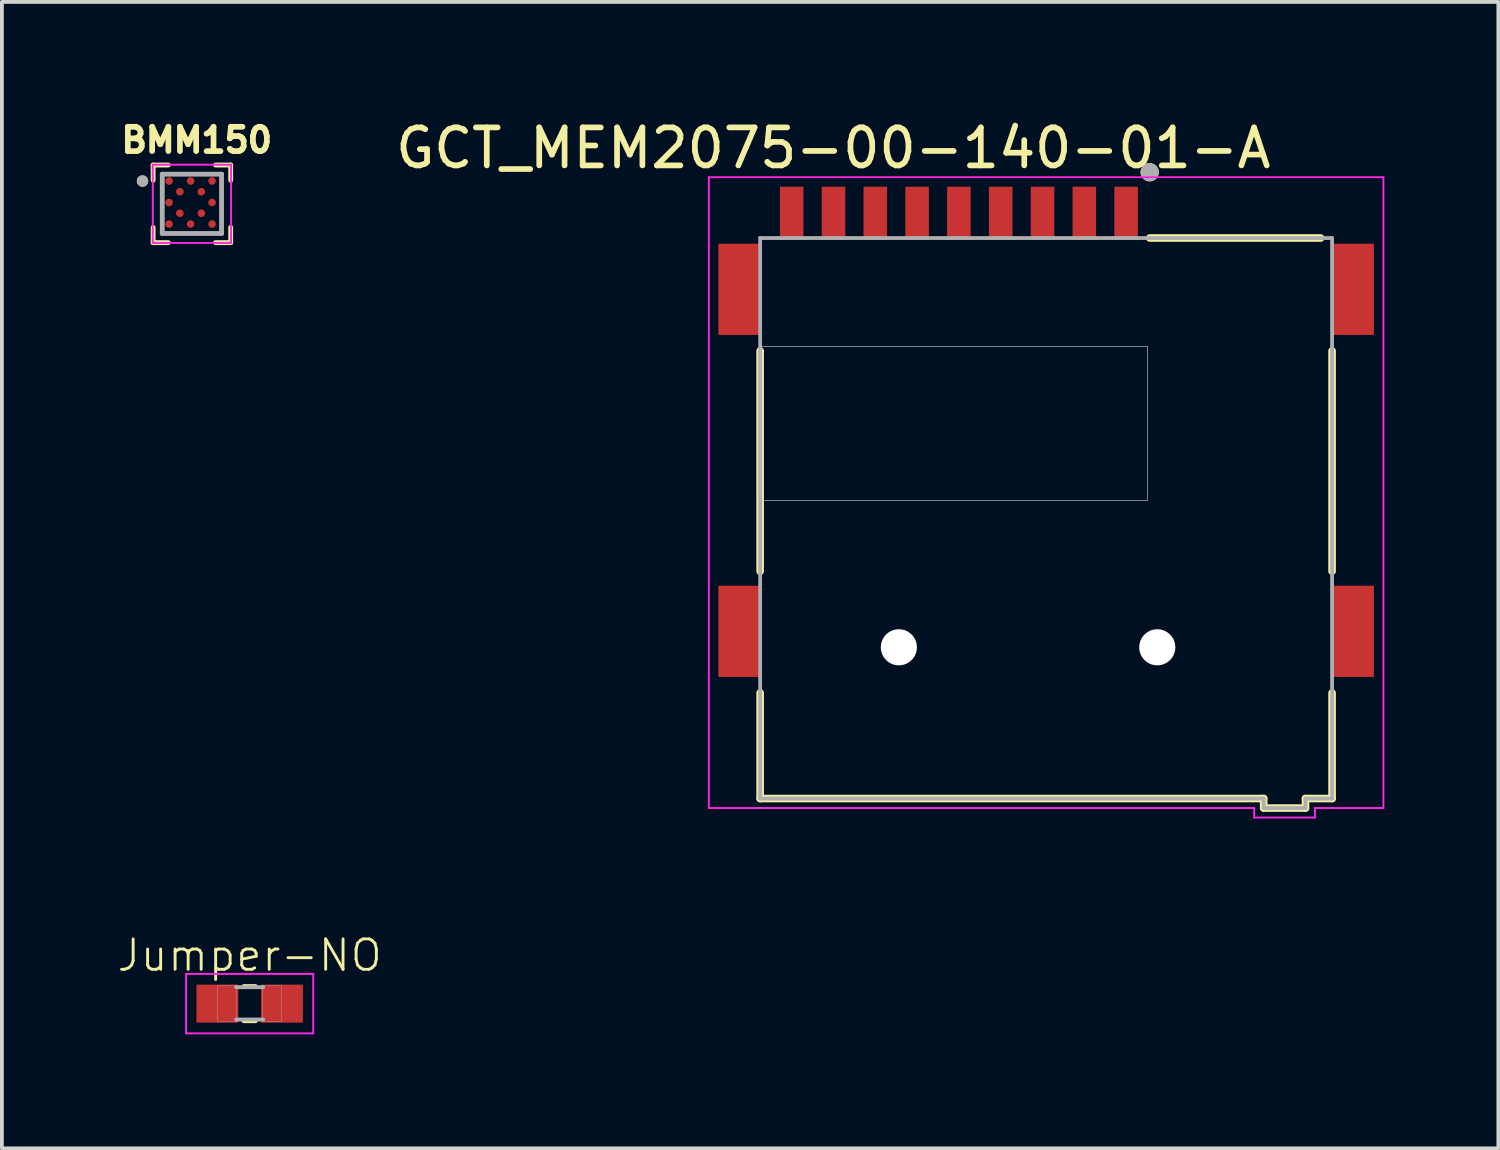
<source format=kicad_pcb>
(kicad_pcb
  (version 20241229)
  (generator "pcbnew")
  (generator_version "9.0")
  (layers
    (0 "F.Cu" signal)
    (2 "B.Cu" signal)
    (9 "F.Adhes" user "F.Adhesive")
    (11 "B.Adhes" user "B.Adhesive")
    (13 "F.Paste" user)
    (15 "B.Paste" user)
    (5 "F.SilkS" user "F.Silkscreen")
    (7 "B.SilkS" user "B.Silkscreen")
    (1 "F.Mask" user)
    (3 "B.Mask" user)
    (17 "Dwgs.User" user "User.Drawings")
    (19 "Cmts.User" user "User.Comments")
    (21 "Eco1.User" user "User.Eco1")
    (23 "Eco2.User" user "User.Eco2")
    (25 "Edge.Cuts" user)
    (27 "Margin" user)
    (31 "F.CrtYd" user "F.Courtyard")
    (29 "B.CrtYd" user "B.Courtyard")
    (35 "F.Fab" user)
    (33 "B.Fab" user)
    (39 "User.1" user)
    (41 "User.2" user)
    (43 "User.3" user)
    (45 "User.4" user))
  (footprint "GCT_MEM2075-00-140-01-A"
    (layer "F.Cu")
    (at 24.003 13.983)
    (property "Reference" "GCT_MEM2075-00-140-01-A" (at -5.125 -13.135 0) (layer "F.SilkS") (effects (font (size 1 1) (thickness 0.15))))
    (attr through_hole)
    (fp_line (start -7.05 -2) (end -7.05 -7.8) (stroke (width 0.2) (type solid)) (layer "F.SilkS"))
    (fp_line (start -7.05 3.98) (end -7.05 1.2) (stroke (width 0.2) (type solid)) (layer "F.SilkS"))
    (fp_line (start -7.05 3.98) (end 6.2 3.98) (stroke (width 0.2) (type solid)) (layer "F.SilkS"))
    (fp_line (start 3.2 -10.77) (end 7.7 -10.77) (stroke (width 0.2) (type solid)) (layer "F.SilkS"))
    (fp_line (start 6.2 3.98) (end 6.2 4.23) (stroke (width 0.2) (type solid)) (layer "F.SilkS"))
    (fp_line (start 6.2 4.23) (end 7.3 4.23) (stroke (width 0.2) (type solid)) (layer "F.SilkS"))
    (fp_line (start 7.3 3.98) (end 8 3.98) (stroke (width 0.2) (type solid)) (layer "F.SilkS"))
    (fp_line (start 7.3 4.23) (end 7.3 3.98) (stroke (width 0.2) (type solid)) (layer "F.SilkS"))
    (fp_line (start 8 -2) (end 8 -7.8) (stroke (width 0.2) (type solid)) (layer "F.SilkS"))
    (fp_line (start 8 3.98) (end 8 1.2) (stroke (width 0.2) (type solid)) (layer "F.SilkS"))
    (fp_circle (center 3.2 -12.5) (end 3.32 -12.5) (stroke (width 0.24) (type solid)) (fill no) (layer "F.SilkS"))
    (fp_poly (pts (xy -7.05 -7.92) (xy 3.15 -7.92) (xy 3.15 -3.87) (xy -7.05 -3.87)) (stroke (width 0.01) (type solid)) (fill no) (layer "Dwgs.User"))
    (fp_poly (pts (xy -7.05 -7.92) (xy 3.15 -7.92) (xy 3.15 -3.87) (xy -7.05 -3.87)) (stroke (width 0.01) (type solid)) (fill no) (layer "Dwgs.User"))
    (fp_line (start -8.4 -12.37) (end 9.35 -12.37) (stroke (width 0.05) (type solid)) (layer "F.CrtYd"))
    (fp_line (start -8.4 4.23) (end -8.4 -12.37) (stroke (width 0.05) (type solid)) (layer "F.CrtYd"))
    (fp_line (start -8.4 4.23) (end 5.95 4.23) (stroke (width 0.05) (type solid)) (layer "F.CrtYd"))
    (fp_line (start 5.95 4.23) (end 5.95 4.48) (stroke (width 0.05) (type solid)) (layer "F.CrtYd"))
    (fp_line (start 5.95 4.48) (end 7.55 4.48) (stroke (width 0.05) (type solid)) (layer "F.CrtYd"))
    (fp_line (start 7.55 4.23) (end 9.35 4.23) (stroke (width 0.05) (type solid)) (layer "F.CrtYd"))
    (fp_line (start 7.55 4.48) (end 7.55 4.23) (stroke (width 0.05) (type solid)) (layer "F.CrtYd"))
    (fp_line (start 9.35 -12.37) (end 9.35 4.23) (stroke (width 0.05) (type solid)) (layer "F.CrtYd"))
    (fp_line (start -7.05 -10.77) (end 8 -10.77) (stroke (width 0.1) (type solid)) (layer "F.Fab"))
    (fp_line (start -7.05 3.98) (end -7.05 -10.77) (stroke (width 0.1) (type solid)) (layer "F.Fab"))
    (fp_line (start -7.05 3.98) (end 6.2 3.98) (stroke (width 0.1) (type solid)) (layer "F.Fab"))
    (fp_line (start 6.2 3.98) (end 6.2 4.23) (stroke (width 0.1) (type solid)) (layer "F.Fab"))
    (fp_line (start 6.2 4.23) (end 7.3 4.23) (stroke (width 0.1) (type solid)) (layer "F.Fab"))
    (fp_line (start 7.3 3.98) (end 8 3.98) (stroke (width 0.1) (type solid)) (layer "F.Fab"))
    (fp_line (start 7.3 4.23) (end 7.3 3.98) (stroke (width 0.1) (type solid)) (layer "F.Fab"))
    (fp_line (start 8 3.98) (end 8 -10.77) (stroke (width 0.1) (type solid)) (layer "F.Fab"))
    (fp_circle (center 3.2 -12.5) (end 3.32 -12.5) (stroke (width 0.24) (type solid)) (fill no) (layer "F.Fab"))
    (pad "" np_thru_hole circle (at -3.4 0) (size 0.95 0.95) (drill 0.95) (layers "*.Cu" "*.Mask"))
    (pad "" np_thru_hole circle (at 3.4 0) (size 0.95 0.95) (drill 0.95) (layers "*.Cu" "*.Mask"))
    (pad "P1" smd rect (at 2.58 -11.42) (size 0.62 1.4) (layers "F.Cu" "F.Mask" "F.Paste"))
    (pad "P2" smd rect (at 1.48 -11.42) (size 0.62 1.4) (layers "F.Cu" "F.Mask" "F.Paste"))
    (pad "P3" smd rect (at 0.38 -11.42) (size 0.62 1.4) (layers "F.Cu" "F.Mask" "F.Paste"))
    (pad "P4" smd rect (at -0.72 -11.42) (size 0.62 1.4) (layers "F.Cu" "F.Mask" "F.Paste"))
    (pad "P5" smd rect (at -1.82 -11.42) (size 0.62 1.4) (layers "F.Cu" "F.Mask" "F.Paste"))
    (pad "P6" smd rect (at -2.92 -11.42) (size 0.62 1.4) (layers "F.Cu" "F.Mask" "F.Paste"))
    (pad "P7" smd rect (at -4.02 -11.42) (size 0.62 1.4) (layers "F.Cu" "F.Mask" "F.Paste"))
    (pad "P8" smd rect (at -5.12 -11.42) (size 0.62 1.4) (layers "F.Cu" "F.Mask" "F.Paste"))
    (pad "P9" smd rect (at -6.22 -11.42) (size 0.62 1.4) (layers "F.Cu" "F.Mask" "F.Paste"))
    (pad "SH1" smd rect (at -7.6 -0.42) (size 1.1 2.4) (layers "F.Cu" "F.Mask" "F.Paste"))
    (pad "SH2" smd rect (at -7.6 -9.42) (size 1.1 2.4) (layers "F.Cu" "F.Mask" "F.Paste"))
    (pad "SH3" smd rect (at 8.55 -9.42) (size 1.1 2.4) (layers "F.Cu" "F.Mask" "F.Paste"))
    (pad "SH4" smd rect (at 8.55 -0.42) (size 1.1 2.4) (layers "F.Cu" "F.Mask" "F.Paste")))
  (footprint "BMM150"
    (layer "F.Cu")
    (at 2 2.314)
    (property "Reference" "BMM150" (at 0.127 -1.676 0) (layer "F.SilkS") (effects (font (size 0.64 0.64) (thickness 0.15))))
    (attr through_hole)
    (fp_line (start -1.021 -1.021) (end -1.021 -0.62) (stroke (width 0.127) (type solid)) (layer "F.SilkS"))
    (fp_line (start -1.021 1.021) (end -1.021 0.62) (stroke (width 0.127) (type solid)) (layer "F.SilkS"))
    (fp_line (start -0.62 -1.021) (end -1.021 -1.021) (stroke (width 0.127) (type solid)) (layer "F.SilkS"))
    (fp_line (start -0.62 1.021) (end -1.021 1.021) (stroke (width 0.127) (type solid)) (layer "F.SilkS"))
    (fp_line (start 0.62 -1.021) (end 1.021 -1.021) (stroke (width 0.127) (type solid)) (layer "F.SilkS"))
    (fp_line (start 0.62 1.021) (end 1.021 1.021) (stroke (width 0.127) (type solid)) (layer "F.SilkS"))
    (fp_line (start 1.021 -1.021) (end 1.021 -0.62) (stroke (width 0.127) (type solid)) (layer "F.SilkS"))
    (fp_line (start 1.021 1.021) (end 1.021 0.62) (stroke (width 0.127) (type solid)) (layer "F.SilkS"))
    (fp_circle (center -1.3 -0.6) (end -1.225 -0.6) (stroke (width 0.15) (type solid)) (fill no) (layer "F.SilkS"))
    (fp_line (start -1.03 -1.03) (end -1.03 1.03) (stroke (width 0.05) (type solid)) (layer "F.CrtYd"))
    (fp_line (start -1.03 1.03) (end 1.03 1.03) (stroke (width 0.05) (type solid)) (layer "F.CrtYd"))
    (fp_line (start 1.03 -1.03) (end -1.03 -1.03) (stroke (width 0.05) (type solid)) (layer "F.CrtYd"))
    (fp_line (start 1.03 1.03) (end 1.03 -1.03) (stroke (width 0.05) (type solid)) (layer "F.CrtYd"))
    (fp_line (start -0.78 -0.78) (end -0.78 0.78) (stroke (width 0.127) (type solid)) (layer "F.Fab"))
    (fp_line (start -0.78 0.78) (end 0.78 0.78) (stroke (width 0.127) (type solid)) (layer "F.Fab"))
    (fp_line (start 0.78 -0.78) (end -0.78 -0.78) (stroke (width 0.127) (type solid)) (layer "F.Fab"))
    (fp_line (start 0.78 0.78) (end 0.78 -0.78) (stroke (width 0.127) (type solid)) (layer "F.Fab"))
    (fp_circle (center -1.3 -0.6) (end -1.225 -0.6) (stroke (width 0.15) (type solid)) (fill no) (layer "F.Fab"))
    (pad "A1" smd circle (at -0.601 -0.601) (size 0.2 0.2) (layers "F.Cu" "F.Mask" "F.Paste"))
    (pad "A3" smd circle (at -0.035 -0.601) (size 0.2 0.2) (layers "F.Cu" "F.Mask" "F.Paste"))
    (pad "A5" smd circle (at 0.531 -0.601) (size 0.2 0.2) (layers "F.Cu" "F.Mask" "F.Paste"))
    (pad "B2" smd circle (at -0.318 -0.318) (size 0.2 0.2) (layers "F.Cu" "F.Mask" "F.Paste"))
    (pad "B4" smd circle (at 0.248 -0.318) (size 0.2 0.2) (layers "F.Cu" "F.Mask" "F.Paste"))
    (pad "C1" smd circle (at -0.601 -0.035) (size 0.2 0.2) (layers "F.Cu" "F.Mask" "F.Paste"))
    (pad "C5" smd circle (at 0.531 -0.035) (size 0.2 0.2) (layers "F.Cu" "F.Mask" "F.Paste"))
    (pad "D2" smd circle (at -0.318 0.248) (size 0.2 0.2) (layers "F.Cu" "F.Mask" "F.Paste"))
    (pad "D4" smd circle (at 0.248 0.248) (size 0.2 0.2) (layers "F.Cu" "F.Mask" "F.Paste"))
    (pad "E1" smd circle (at -0.601 0.531) (size 0.2 0.2) (layers "F.Cu" "F.Mask" "F.Paste"))
    (pad "E3" smd circle (at -0.035 0.531) (size 0.2 0.2) (layers "F.Cu" "F.Mask" "F.Paste"))
    (pad "E5" smd circle (at 0.531 0.531) (size 0.2 0.2) (layers "F.Cu" "F.Mask" "F.Paste")))
  (footprint "Jumper-NO"
    (layer "F.Cu")
    (at 3.52 23.36)
    (property "Reference" "Jumper-NO" (at 0 -1.27 0) (layer "F.SilkS") (effects (font (size 0.8 0.8) (thickness 0.076))))
    (attr through_hole)
    (fp_line (start -0.15 -0.45) (end 0.15 -0.45) (stroke (width 0.127) (type solid)) (layer "F.SilkS"))
    (fp_line (start -0.15 0.45) (end 0.15 0.45) (stroke (width 0.127) (type solid)) (layer "F.SilkS"))
    (fp_line (start -1.673 -0.783) (end 1.673 -0.783) (stroke (width 0.051) (type solid)) (layer "F.CrtYd"))
    (fp_line (start -1.673 0.783) (end -1.673 -0.783) (stroke (width 0.051) (type solid)) (layer "F.CrtYd"))
    (fp_line (start 1.673 -0.783) (end 1.673 0.783) (stroke (width 0.051) (type solid)) (layer "F.CrtYd"))
    (fp_line (start 1.673 0.783) (end -1.673 0.783) (stroke (width 0.051) (type solid)) (layer "F.CrtYd"))
    (fp_line (start -0.356 -0.432) (end 0.356 -0.432) (stroke (width 0.102) (type solid)) (layer "F.Fab"))
    (fp_line (start -0.356 0.419) (end 0.356 0.419) (stroke (width 0.102) (type solid)) (layer "F.Fab"))
    (fp_poly (pts (xy -0.839 -0.48) (xy -0.338 -0.48) (xy -0.338 0.47) (xy -0.839 0.47)) (stroke (width 0.01) (type solid)) (fill no) (layer "F.Fab"))
    (fp_poly (pts (xy 0.331 -0.48) (xy 0.83 -0.48) (xy 0.83 0.471) (xy 0.331 0.471)) (stroke (width 0.01) (type solid)) (fill no) (layer "F.Fab"))
    (pad "1" smd rect (at -0.85 0) (size 1.1 1) (layers "F.Cu" "F.Mask" "F.Paste"))
    (pad "2" smd rect (at 0.85 0) (size 1.1 1) (layers "F.Cu" "F.Mask" "F.Paste")))
  (gr_rect
    (start -3 -3)
    (end 36.378 27.168)
    (stroke (width 0.1) (type default))
    (fill no)
    (layer "Edge.Cuts")))
</source>
